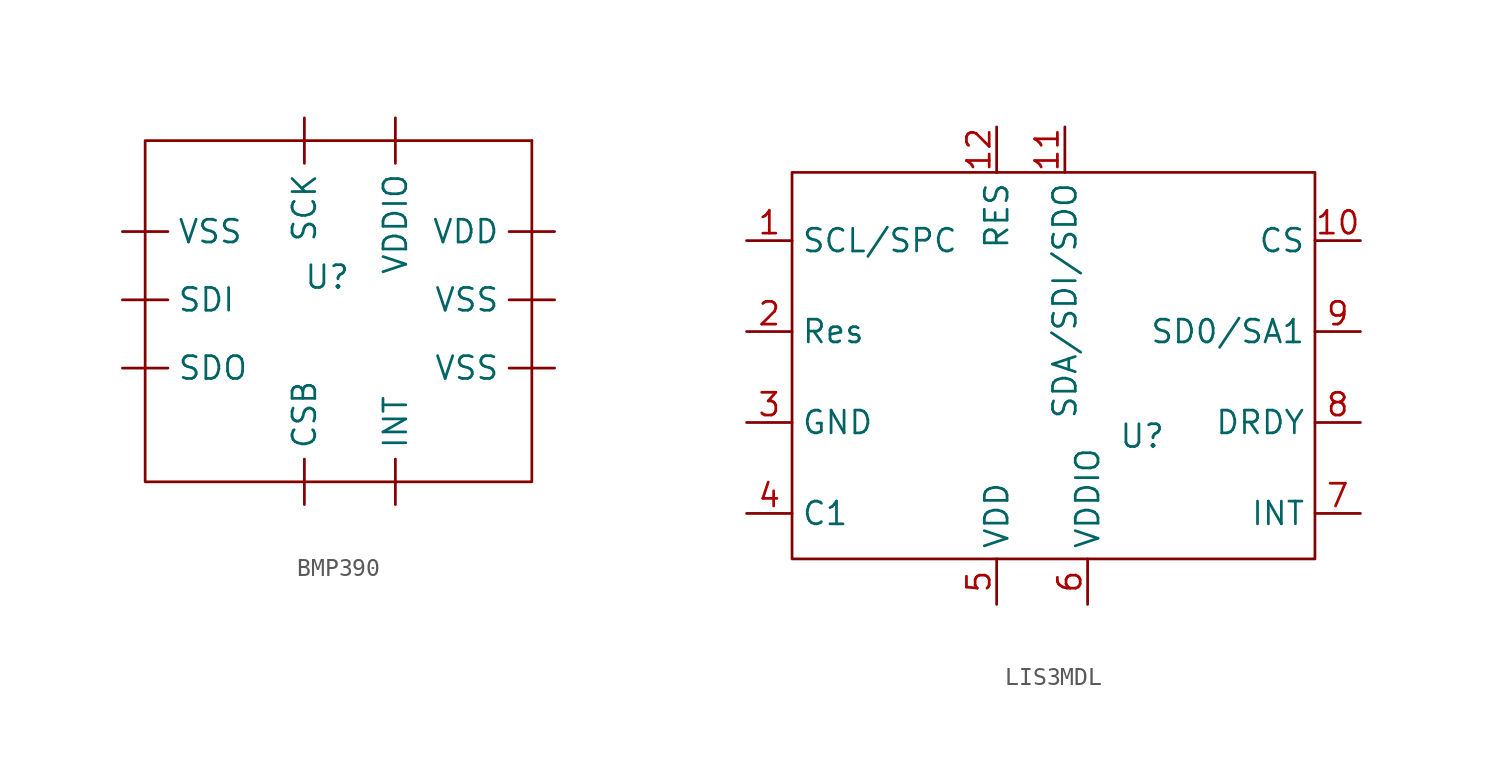
<source format=kicad_sym>
(kicad_symbol_lib
  (version 20241209)
  (generator "kicad_symbol_editor")
  (generator_version "9.0")
  (symbol "BMP390"
    (property "Reference" "U"
      (at 0 0 0)
      (effects (font (size 1.27 1.27))))
    (property "Value" ""
      (at 0 0 0)
      (effects (font (size 1.27 1.27))))
    (symbol "BMP390_0_1"
      (rectangle (start -10.16 7.62) (end 11.43 -11.43) (stroke (width 0) (type default)) (fill (type none)))
      (rectangle (start 11.43 7.62) (end 11.43 7.62) (stroke (width 0) (type default)) (fill (type none))))
    (symbol "BMP390_1_1"
      (pin power_in line (at -11.43 2.54 0) (length 2.54) (name "VSS" (effects (font (size 1.27 1.27)))) (number "" (effects (font (size 1.27 1.27)))))
      (pin bidirectional line (at -11.43 -1.27 0) (length 2.54) (name "SDI" (effects (font (size 1.27 1.27)))) (number "" (effects (font (size 1.27 1.27)))))
      (pin bidirectional line (at -11.43 -5.08 0) (length 2.54) (name "SDO" (effects (font (size 1.27 1.27)))) (number "" (effects (font (size 1.27 1.27)))))
      (pin input line (at -1.27 8.89 270) (length 2.54) (name "SCK" (effects (font (size 1.27 1.27)))) (number "" (effects (font (size 1.27 1.27)))))
      (pin input line (at -1.27 -12.7 90) (length 2.54) (name "CSB" (effects (font (size 1.27 1.27)))) (number "" (effects (font (size 1.27 1.27)))))
      (pin power_in line (at 3.81 8.89 270) (length 2.54) (name "VDDIO" (effects (font (size 1.27 1.27)))) (number "" (effects (font (size 1.27 1.27)))))
      (pin output line (at 3.81 -12.7 90) (length 2.54) (name "INT" (effects (font (size 1.27 1.27)))) (number "" (effects (font (size 1.27 1.27)))))
      (pin power_in line (at 12.7 2.54 180) (length 2.54) (name "VDD" (effects (font (size 1.27 1.27)))) (number "" (effects (font (size 1.27 1.27)))))
      (pin power_in line (at 12.7 -1.27 180) (length 2.54) (name "VSS" (effects (font (size 1.27 1.27)))) (number "" (effects (font (size 1.27 1.27)))))
      (pin power_in line (at 12.7 -5.08 180) (length 2.54) (name "VSS" (effects (font (size 1.27 1.27)))) (number "" (effects (font (size 1.27 1.27)))))))
  (symbol "LIS3MDL"
    (property "Reference" "U"
      (at 9.398 -0.762 0)
      (effects (font (size 1.27 1.27))))
    (property "Value" ""
      (at 0 0 0)
      (effects (font (size 1.27 1.27))))
    (symbol "LIS3MDL_0_1"
      (rectangle (start -10.16 13.97) (end 19.05 -7.62) (stroke (width 0) (type default)) (fill (type none))))
    (symbol "LIS3MDL_1_1"
      (pin input line (at -12.7 10.16 0) (length 2.54) (name "SCL/SPC" (effects (font (size 1.27 1.27)))) (number "1" (effects (font (size 1.27 1.27)))))
      (pin power_in line (at -12.7 5.08 0) (length 2.54) (name "Res" (effects (font (size 1.27 1.27)))) (number "2" (effects (font (size 1.27 1.27)))))
      (pin power_in line (at -12.7 0 0) (length 2.54) (name "GND" (effects (font (size 1.27 1.27)))) (number "3" (effects (font (size 1.27 1.27)))))
      (pin power_in line (at -12.7 -5.08 0) (length 2.54) (name "C1" (effects (font (size 1.27 1.27)))) (number "4" (effects (font (size 1.27 1.27)))))
      (pin power_in line (at 1.27 16.51 270) (length 2.54) (name "RES" (effects (font (size 1.27 1.27)))) (number "12" (effects (font (size 1.27 1.27)))))
      (pin power_in line (at 1.27 -10.16 90) (length 2.54) (name "VDD" (effects (font (size 1.27 1.27)))) (number "5" (effects (font (size 1.27 1.27)))))
      (pin input line (at 5.08 16.51 270) (length 2.54) (name "SDA/SDI/SDO" (effects (font (size 1.27 1.27)))) (number "11" (effects (font (size 1.27 1.27)))))
      (pin power_in line (at 6.35 -10.16 90) (length 2.54) (name "VDDIO" (effects (font (size 1.27 1.27)))) (number "6" (effects (font (size 1.27 1.27)))))
      (pin input line (at 21.59 10.16 180) (length 2.54) (name "CS" (effects (font (size 1.27 1.27)))) (number "10" (effects (font (size 1.27 1.27)))))
      (pin bidirectional line (at 21.59 5.08 180) (length 2.54) (name "SD0/SA1" (effects (font (size 1.27 1.27)))) (number "9" (effects (font (size 1.27 1.27)))))
      (pin output line (at 21.59 0 180) (length 2.54) (name "DRDY" (effects (font (size 1.27 1.27)))) (number "8" (effects (font (size 1.27 1.27)))))
      (pin output line (at 21.59 -5.08 180) (length 2.54) (name "INT" (effects (font (size 1.27 1.27)))) (number "7" (effects (font (size 1.27 1.27))))))))
</source>
